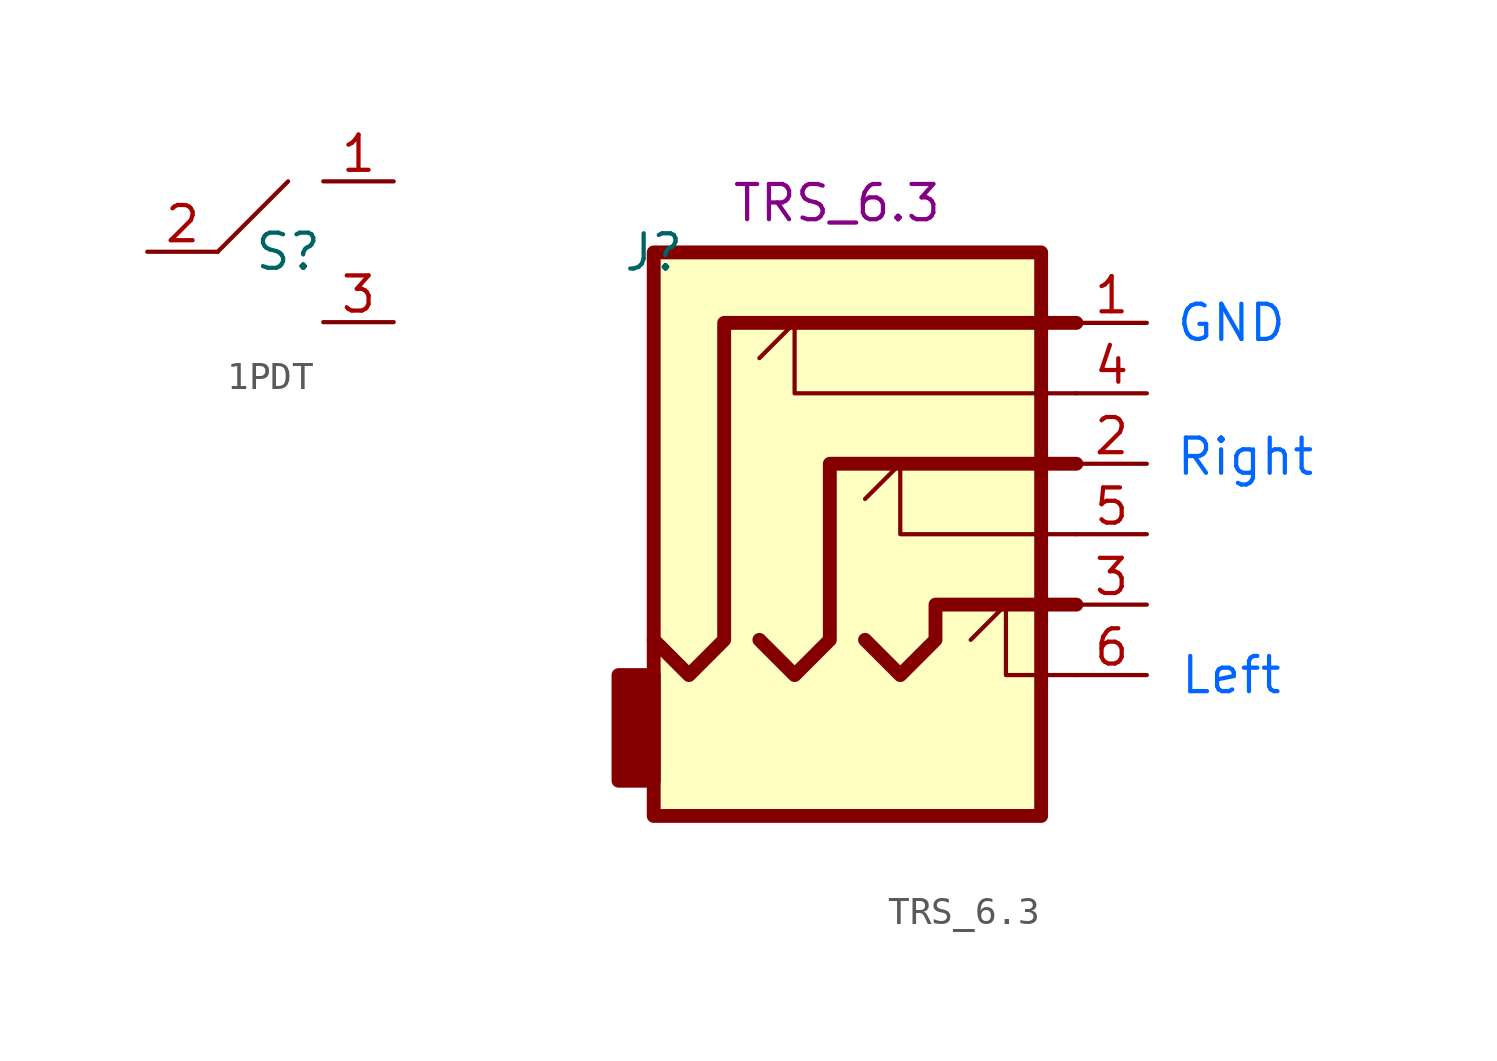
<source format=kicad_sym>
(kicad_symbol_lib
  (version 20241209)
  (generator "kicad_symbol_editor")
  (generator_version "9.0")
  (symbol "1PDT"
    (property "Reference" "S"
      (at 0 0 0)
      (effects (font (size 1.27 1.27))))
    (property "Value" ""
      (at 0 0 0)
      (effects (font (size 1.27 1.27))))
    (symbol "1PDT_0_1"
      (polyline (pts (xy -2.54 0) (xy 0 2.54)) (stroke (width 0) (type default)) (fill (type none))))
    (symbol "1PDT_1_1"
      (pin bidirectional line (at -5.08 0 0) (length 2.54) (name "" (effects (font (size 1.27 1.27)))) (number "2" (effects (font (size 1.27 1.27)))))
      (pin bidirectional line (at 3.81 2.54 180) (length 2.54) (name "" (effects (font (size 1.27 1.27)))) (number "1" (effects (font (size 1.27 1.27)))))
      (pin bidirectional line (at 3.81 -2.54 180) (length 2.54) (name "" (effects (font (size 1.27 1.27)))) (number "3" (effects (font (size 1.27 1.27)))))))
  (symbol "TRS_6.3"
    (property "Reference" "J"
      (at 0 0 0)
      (effects (font (size 1.27 1.27))))
    (property "Value" ""
      (at 0 0 0)
      (effects (font (size 1.27 1.27))))
    (property "Footprint" "TRS_6.3"
      (at 6.604 1.778 0)
      (effects (font (size 1.27 1.27))))
    (symbol "TRS_6.3_0_1"
      (rectangle (start -1.27 -15.24) (end 0 -19.05) (stroke (width 0.5) (type default)) (fill (type outline)))
      (rectangle (start 0 0) (end 13.97 -20.32) (stroke (width 0.5) (type default)) (fill (type background)))
      (polyline (pts (xy 15.24 -2.54) (xy 2.54 -2.54) (xy 2.54 -13.97) (xy 1.27 -15.24) (xy 0 -13.97)) (stroke (width 0.5) (type default)) (fill (type none)))
      (polyline (pts (xy 15.24 -5.08) (xy 5.08 -5.08) (xy 5.08 -2.54) (xy 3.81 -3.81)) (stroke (width 0) (type default)) (fill (type none)))
      (polyline (pts (xy 15.24 -7.62) (xy 6.35 -7.62) (xy 6.35 -13.97) (xy 5.08 -15.24) (xy 3.81 -13.97)) (stroke (width 0.5) (type default)) (fill (type none)))
      (polyline (pts (xy 15.24 -10.16) (xy 8.89 -10.16) (xy 8.89 -7.62) (xy 7.62 -8.89)) (stroke (width 0) (type default)) (fill (type none)))
      (polyline (pts (xy 15.24 -12.7) (xy 10.16 -12.7) (xy 10.16 -13.97) (xy 8.89 -15.24) (xy 7.62 -13.97)) (stroke (width 0.5) (type default)) (fill (type none)))
      (polyline (pts (xy 15.24 -15.24) (xy 12.7 -15.24) (xy 12.7 -12.7) (xy 11.43 -13.97)) (stroke (width 0) (type default)) (fill (type none))))
    (symbol "TRS_6.3_1_1"
      (text "GND" (at 20.828 -2.54 0) (effects (font (size 1.27 1.27) (color 1 102 255 1))))
      (text "Left\n" (at 20.828 -15.24 0) (effects (font (size 1.27 1.27) (color 1 102 255 1))))
      (text "Right" (at 21.336 -7.366 0) (effects (font (size 1.27 1.27) (color 1 102 255 1))))
      (pin input line (at 17.78 -2.54 180) (length 2.54) (name "" (effects (font (size 1.27 1.27)))) (number "1" (effects (font (size 1.27 1.27)))))
      (pin input line (at 17.78 -5.08 180) (length 2.54) (name "" (effects (font (size 1.27 1.27)))) (number "4" (effects (font (size 1.27 1.27)))))
      (pin input line (at 17.78 -7.62 180) (length 2.54) (name "" (effects (font (size 1.27 1.27)))) (number "2" (effects (font (size 1.27 1.27)))))
      (pin input line (at 17.78 -10.16 180) (length 2.54) (name "" (effects (font (size 1.27 1.27)))) (number "5" (effects (font (size 1.27 1.27)))))
      (pin input line (at 17.78 -12.7 180) (length 2.54) (name "" (effects (font (size 1.27 1.27)))) (number "3" (effects (font (size 1.27 1.27)))))
      (pin input line (at 17.78 -15.24 180) (length 2.54) (name "" (effects (font (size 1.27 1.27)))) (number "6" (effects (font (size 1.27 1.27))))))))
</source>
